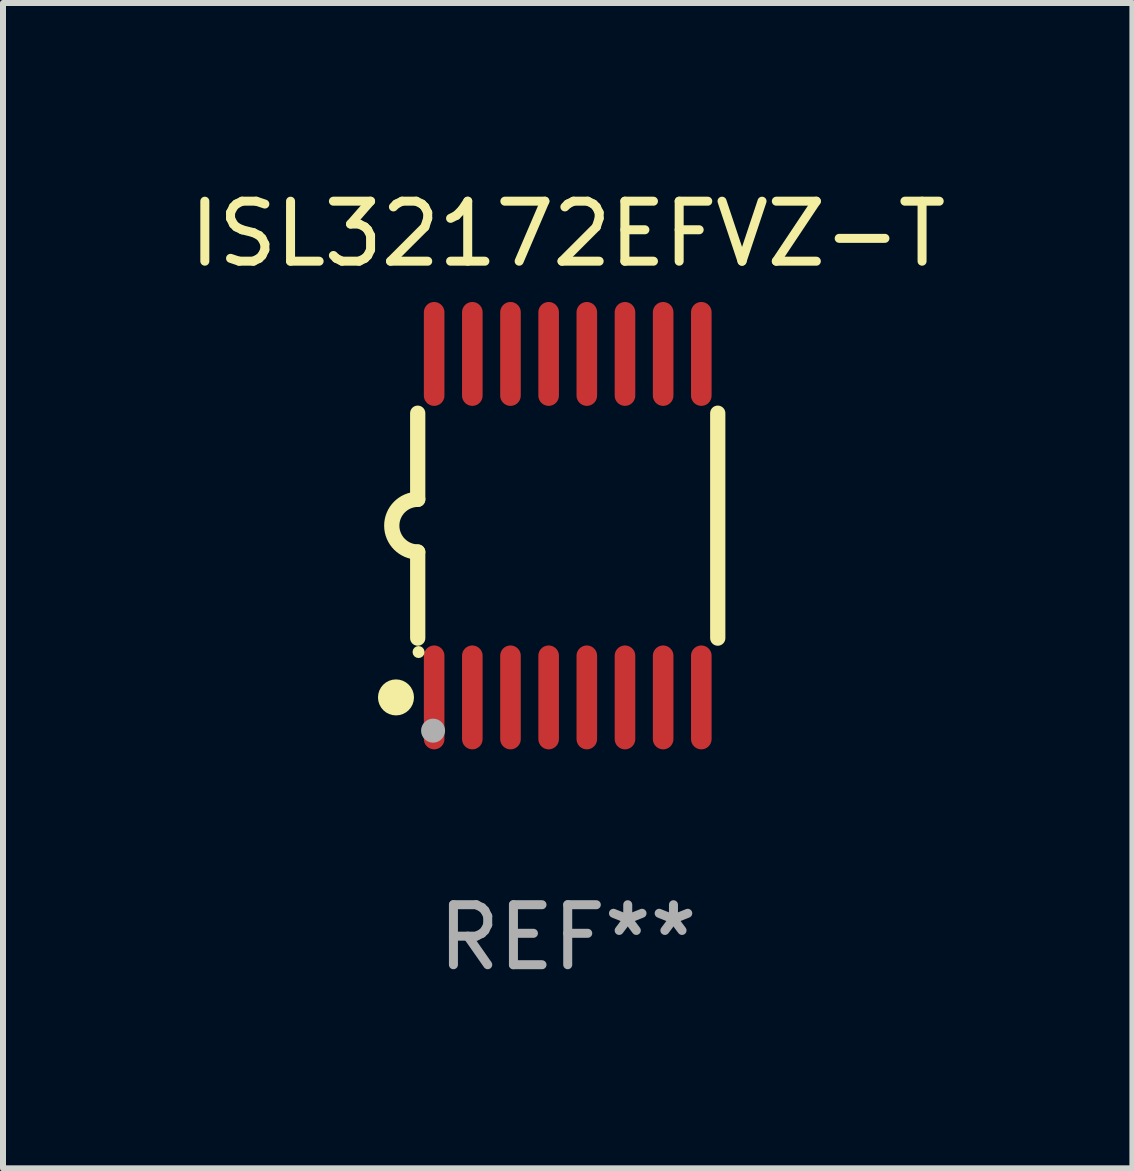
<source format=kicad_pcb>
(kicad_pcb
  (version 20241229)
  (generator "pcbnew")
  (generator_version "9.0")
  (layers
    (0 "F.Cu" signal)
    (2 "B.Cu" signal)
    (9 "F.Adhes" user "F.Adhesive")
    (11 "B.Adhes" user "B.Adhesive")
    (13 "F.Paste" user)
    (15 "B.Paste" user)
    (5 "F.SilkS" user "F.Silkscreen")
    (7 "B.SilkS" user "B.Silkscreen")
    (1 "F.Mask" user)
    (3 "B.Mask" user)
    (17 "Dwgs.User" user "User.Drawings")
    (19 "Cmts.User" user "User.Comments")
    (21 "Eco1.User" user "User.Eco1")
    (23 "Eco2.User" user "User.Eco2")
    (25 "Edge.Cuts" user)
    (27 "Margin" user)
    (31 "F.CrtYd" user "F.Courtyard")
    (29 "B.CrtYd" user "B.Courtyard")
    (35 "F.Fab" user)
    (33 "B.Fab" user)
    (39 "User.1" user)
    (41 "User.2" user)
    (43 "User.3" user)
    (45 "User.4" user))
  (footprint "ISL32172EFVZ-T"
    (layer "F.Cu")
    (at 6.411 5.71)
    (property "Reference" "ISL32172EFVZ-T" (at 0 -4.862 0) (layer "F.SilkS") (effects (font (size 1 1) (thickness 0.15))))
    (attr through_hole)
    (fp_line (start -2.5 -1.874) (end -2.5 -0.439) (stroke (width 0.254) (type solid)) (layer "F.SilkS"))
    (fp_line (start -2.5 1.874) (end -2.5 0.439) (stroke (width 0.254) (type solid)) (layer "F.SilkS"))
    (fp_line (start 2.5 -1.874) (end 2.5 1.874) (stroke (width 0.254) (type solid)) (layer "F.SilkS"))
    (fp_arc (start -2.5 0.438989) (mid -2.938633 -0.000597) (end -2.499365 -0.439547) (stroke (width 0.254001) (type solid)) (layer "F.SilkS"))
    (fp_circle (center -2.862 2.862) (end -2.712 2.862) (stroke (width 0.3) (type solid)) (fill no) (layer "F.SilkS"))
    (fp_circle (center -2.486 2.106) (end -2.436 2.106) (stroke (width 0.1) (type solid)) (fill no) (layer "F.SilkS"))
    (fp_circle (center -2.244 3.416) (end -2.144 3.416) (stroke (width 0.2) (type solid)) (fill no) (layer "F.Fab"))
    (fp_text user "REF**" (at 0 6.862 0) (layer "F.Fab") (effects (font (size 1 1) (thickness 0.15))))
    (pad "1" smd oval (at -2.226 2.862) (size 0.343 1.731) (layers "F.Cu" "F.Mask" "F.Paste"))
    (pad "2" smd oval (at -1.59 2.862) (size 0.343 1.731) (layers "F.Cu" "F.Mask" "F.Paste"))
    (pad "3" smd oval (at -0.954 2.862) (size 0.343 1.731) (layers "F.Cu" "F.Mask" "F.Paste"))
    (pad "4" smd oval (at -0.318 2.862) (size 0.343 1.731) (layers "F.Cu" "F.Mask" "F.Paste"))
    (pad "5" smd oval (at 0.318 2.862) (size 0.343 1.731) (layers "F.Cu" "F.Mask" "F.Paste"))
    (pad "6" smd oval (at 0.954 2.862) (size 0.343 1.731) (layers "F.Cu" "F.Mask" "F.Paste"))
    (pad "7" smd oval (at 1.59 2.862) (size 0.343 1.731) (layers "F.Cu" "F.Mask" "F.Paste"))
    (pad "8" smd oval (at 2.226 2.862) (size 0.343 1.731) (layers "F.Cu" "F.Mask" "F.Paste"))
    (pad "9" smd oval (at 2.226 -2.862) (size 0.343 1.731) (layers "F.Cu" "F.Mask" "F.Paste"))
    (pad "10" smd oval (at 1.59 -2.862) (size 0.343 1.731) (layers "F.Cu" "F.Mask" "F.Paste"))
    (pad "11" smd oval (at 0.954 -2.862) (size 0.343 1.731) (layers "F.Cu" "F.Mask" "F.Paste"))
    (pad "12" smd oval (at 0.318 -2.862) (size 0.343 1.731) (layers "F.Cu" "F.Mask" "F.Paste"))
    (pad "13" smd oval (at -0.318 -2.862) (size 0.343 1.731) (layers "F.Cu" "F.Mask" "F.Paste"))
    (pad "14" smd oval (at -0.954 -2.862) (size 0.343 1.731) (layers "F.Cu" "F.Mask" "F.Paste"))
    (pad "15" smd oval (at -1.59 -2.862) (size 0.343 1.731) (layers "F.Cu" "F.Mask" "F.Paste"))
    (pad "16" smd oval (at -2.226 -2.862) (size 0.343 1.731) (layers "F.Cu" "F.Mask" "F.Paste")))
  (gr_rect
    (start -3 -3)
    (end 15.821 16.42)
    (stroke (width 0.1) (type default))
    (fill no)
    (layer "Edge.Cuts")))
</source>
